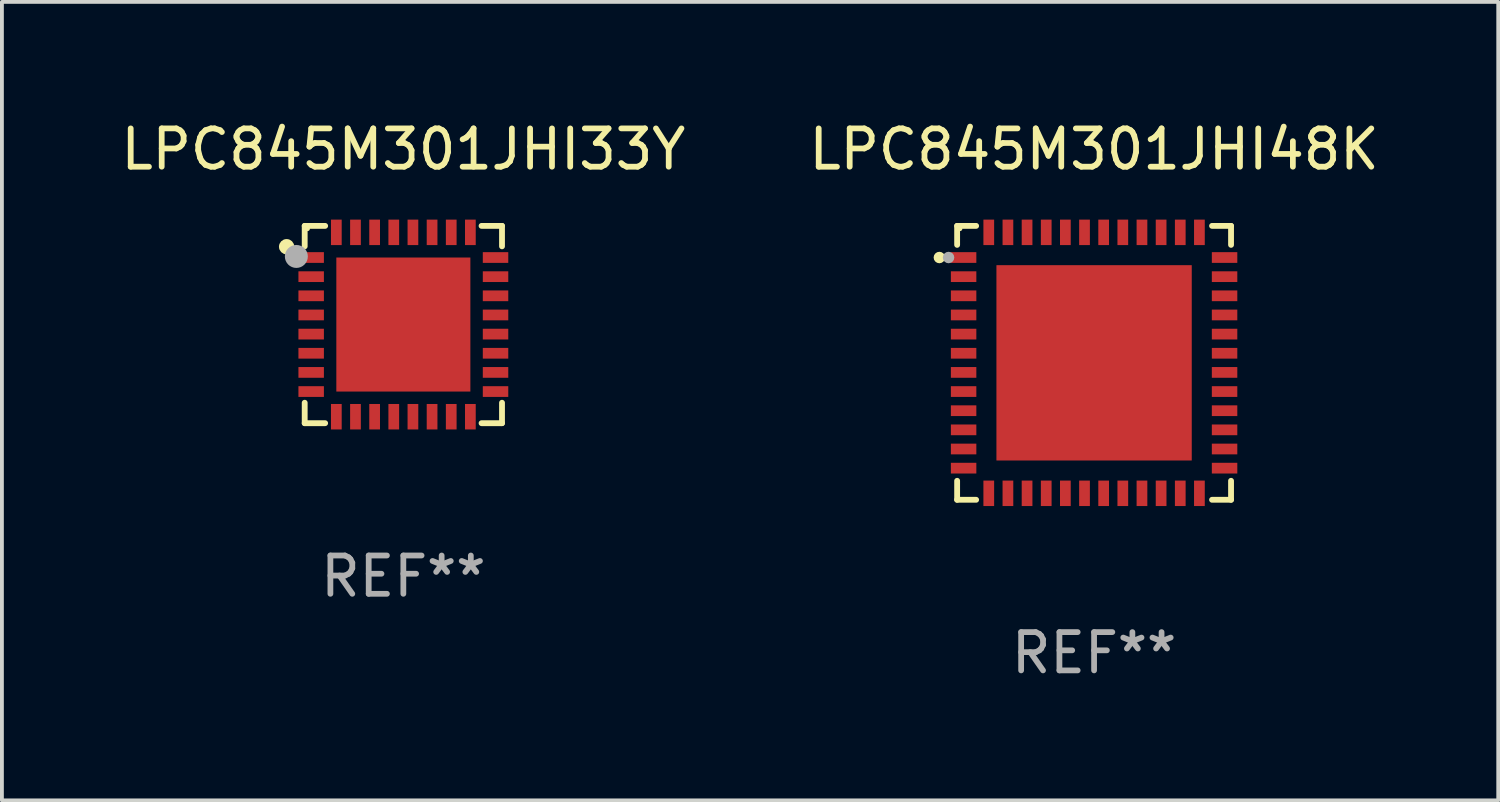
<source format=kicad_pcb>
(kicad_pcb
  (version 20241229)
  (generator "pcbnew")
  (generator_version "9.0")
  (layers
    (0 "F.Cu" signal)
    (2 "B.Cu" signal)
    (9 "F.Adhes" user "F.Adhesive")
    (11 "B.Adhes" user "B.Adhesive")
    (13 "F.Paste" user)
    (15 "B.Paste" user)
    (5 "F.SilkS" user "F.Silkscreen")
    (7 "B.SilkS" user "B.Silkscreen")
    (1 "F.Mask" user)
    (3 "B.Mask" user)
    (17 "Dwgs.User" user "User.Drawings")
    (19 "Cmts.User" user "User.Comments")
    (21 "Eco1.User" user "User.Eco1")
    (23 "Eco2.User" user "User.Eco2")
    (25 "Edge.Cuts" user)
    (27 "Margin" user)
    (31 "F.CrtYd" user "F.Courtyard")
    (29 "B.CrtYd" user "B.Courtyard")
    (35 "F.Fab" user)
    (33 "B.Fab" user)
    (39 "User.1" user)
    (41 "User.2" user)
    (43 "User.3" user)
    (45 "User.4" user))
  (footprint "LPC845M301JHI33Y"
    (layer "F.Cu")
    (at 7.482 5.424)
    (property "Reference" "LPC845M301JHI33Y" (at 0 -4.576 0) (layer "F.SilkS") (effects (font (size 1 1) (thickness 0.15))))
    (attr through_hole)
    (fp_line (start -2.576 -2.576) (end -2.042 -2.576) (stroke (width 0.152) (type solid)) (layer "F.SilkS"))
    (fp_line (start -2.576 -2.042) (end -2.576 -2.576) (stroke (width 0.152) (type solid)) (layer "F.SilkS"))
    (fp_line (start -2.576 2.042) (end -2.576 2.576) (stroke (width 0.152) (type solid)) (layer "F.SilkS"))
    (fp_line (start -2.576 2.576) (end -2.042 2.576) (stroke (width 0.152) (type solid)) (layer "F.SilkS"))
    (fp_line (start 2.576 -2.576) (end 2.042 -2.576) (stroke (width 0.152) (type solid)) (layer "F.SilkS"))
    (fp_line (start 2.576 -2.042) (end 2.576 -2.576) (stroke (width 0.152) (type solid)) (layer "F.SilkS"))
    (fp_line (start 2.576 2.042) (end 2.576 2.576) (stroke (width 0.152) (type solid)) (layer "F.SilkS"))
    (fp_line (start 2.576 2.576) (end 2.042 2.576) (stroke (width 0.152) (type solid)) (layer "F.SilkS"))
    (fp_circle (center -3.048 -2.032) (end -2.948 -2.032) (stroke (width 0.2) (type solid)) (fill no) (layer "F.SilkS"))
    (fp_circle (center -2.5 -2.5) (end -2.47 -2.5) (stroke (width 0.06) (type solid)) (fill no) (layer "F.SilkS"))
    (fp_circle (center -2.794 -1.778) (end -2.644 -1.778) (stroke (width 0.3) (type solid)) (fill no) (layer "F.Fab"))
    (fp_text user "REF**" (at 0 6.576 0) (layer "F.Fab") (effects (font (size 1 1) (thickness 0.15))))
    (pad "1" smd rect (at -2.407 -1.75) (size 0.665 0.28) (layers "F.Cu" "F.Mask" "F.Paste"))
    (pad "2" smd rect (at -2.407 -1.25) (size 0.665 0.28) (layers "F.Cu" "F.Mask" "F.Paste"))
    (pad "3" smd rect (at -2.407 -0.75) (size 0.665 0.28) (layers "F.Cu" "F.Mask" "F.Paste"))
    (pad "4" smd rect (at -2.407 -0.25) (size 0.665 0.28) (layers "F.Cu" "F.Mask" "F.Paste"))
    (pad "5" smd rect (at -2.407 0.25) (size 0.665 0.28) (layers "F.Cu" "F.Mask" "F.Paste"))
    (pad "6" smd rect (at -2.407 0.75) (size 0.665 0.28) (layers "F.Cu" "F.Mask" "F.Paste"))
    (pad "7" smd rect (at -2.407 1.25) (size 0.665 0.28) (layers "F.Cu" "F.Mask" "F.Paste"))
    (pad "8" smd rect (at -2.407 1.75) (size 0.665 0.28) (layers "F.Cu" "F.Mask" "F.Paste"))
    (pad "9" smd rect (at -1.75 2.407) (size 0.28 0.665) (layers "F.Cu" "F.Mask" "F.Paste"))
    (pad "10" smd rect (at -1.25 2.407) (size 0.28 0.665) (layers "F.Cu" "F.Mask" "F.Paste"))
    (pad "11" smd rect (at -0.75 2.407) (size 0.28 0.665) (layers "F.Cu" "F.Mask" "F.Paste"))
    (pad "12" smd rect (at -0.25 2.407) (size 0.28 0.665) (layers "F.Cu" "F.Mask" "F.Paste"))
    (pad "13" smd rect (at 0.25 2.407) (size 0.28 0.665) (layers "F.Cu" "F.Mask" "F.Paste"))
    (pad "14" smd rect (at 0.75 2.407) (size 0.28 0.665) (layers "F.Cu" "F.Mask" "F.Paste"))
    (pad "15" smd rect (at 1.25 2.407) (size 0.28 0.665) (layers "F.Cu" "F.Mask" "F.Paste"))
    (pad "16" smd rect (at 1.75 2.407) (size 0.28 0.665) (layers "F.Cu" "F.Mask" "F.Paste"))
    (pad "17" smd rect (at 2.407 1.75) (size 0.665 0.28) (layers "F.Cu" "F.Mask" "F.Paste"))
    (pad "18" smd rect (at 2.407 1.25) (size 0.665 0.28) (layers "F.Cu" "F.Mask" "F.Paste"))
    (pad "19" smd rect (at 2.407 0.75) (size 0.665 0.28) (layers "F.Cu" "F.Mask" "F.Paste"))
    (pad "20" smd rect (at 2.407 0.25) (size 0.665 0.28) (layers "F.Cu" "F.Mask" "F.Paste"))
    (pad "21" smd rect (at 2.407 -0.25) (size 0.665 0.28) (layers "F.Cu" "F.Mask" "F.Paste"))
    (pad "22" smd rect (at 2.407 -0.75) (size 0.665 0.28) (layers "F.Cu" "F.Mask" "F.Paste"))
    (pad "23" smd rect (at 2.407 -1.25) (size 0.665 0.28) (layers "F.Cu" "F.Mask" "F.Paste"))
    (pad "24" smd rect (at 2.407 -1.75) (size 0.665 0.28) (layers "F.Cu" "F.Mask" "F.Paste"))
    (pad "25" smd rect (at 1.75 -2.407) (size 0.28 0.665) (layers "F.Cu" "F.Mask" "F.Paste"))
    (pad "26" smd rect (at 1.25 -2.407) (size 0.28 0.665) (layers "F.Cu" "F.Mask" "F.Paste"))
    (pad "27" smd rect (at 0.75 -2.407) (size 0.28 0.665) (layers "F.Cu" "F.Mask" "F.Paste"))
    (pad "28" smd rect (at 0.25 -2.407) (size 0.28 0.665) (layers "F.Cu" "F.Mask" "F.Paste"))
    (pad "29" smd rect (at -0.25 -2.407) (size 0.28 0.665) (layers "F.Cu" "F.Mask" "F.Paste"))
    (pad "30" smd rect (at -0.75 -2.407) (size 0.28 0.665) (layers "F.Cu" "F.Mask" "F.Paste"))
    (pad "31" smd rect (at -1.25 -2.407) (size 0.28 0.665) (layers "F.Cu" "F.Mask" "F.Paste"))
    (pad "32" smd rect (at -1.75 -2.407) (size 0.28 0.665) (layers "F.Cu" "F.Mask" "F.Paste"))
    (pad "33" smd rect (at 0 0) (size 3.5 3.5) (layers "F.Cu" "F.Mask" "F.Paste")))
  (footprint "LPC845M301JHI48K"
    (layer "F.Cu")
    (at 25.518 6.424)
    (property "Reference" "LPC845M301JHI48K" (at 0 -5.576 0) (layer "F.SilkS") (effects (font (size 1 1) (thickness 0.15))))
    (attr through_hole)
    (fp_line (start -3.576 -3.576) (end -3.576 -3.08) (stroke (width 0.152) (type solid)) (layer "F.SilkS"))
    (fp_line (start -3.576 3.576) (end -3.576 3.08) (stroke (width 0.152) (type solid)) (layer "F.SilkS"))
    (fp_line (start -3.08 -3.576) (end -3.576 -3.576) (stroke (width 0.152) (type solid)) (layer "F.SilkS"))
    (fp_line (start -3.08 3.576) (end -3.576 3.576) (stroke (width 0.152) (type solid)) (layer "F.SilkS"))
    (fp_line (start 3.08 -3.576) (end 3.576 -3.576) (stroke (width 0.152) (type solid)) (layer "F.SilkS"))
    (fp_line (start 3.08 3.576) (end 3.576 3.576) (stroke (width 0.152) (type solid)) (layer "F.SilkS"))
    (fp_line (start 3.576 -3.576) (end 3.576 -3.08) (stroke (width 0.152) (type solid)) (layer "F.SilkS"))
    (fp_line (start 3.576 3.576) (end 3.576 3.08) (stroke (width 0.152) (type solid)) (layer "F.SilkS"))
    (fp_circle (center -4.04 -2.75) (end -3.965 -2.75) (stroke (width 0.15) (type solid)) (fill no) (layer "F.SilkS"))
    (fp_circle (center -3.5 -3.5) (end -3.47 -3.5) (stroke (width 0.06) (type solid)) (fill no) (layer "F.SilkS"))
    (fp_circle (center -3.8 -2.75) (end -3.725 -2.75) (stroke (width 0.15) (type solid)) (fill no) (layer "F.Fab"))
    (fp_text user "REF**" (at 0 7.576 0) (layer "F.Fab") (effects (font (size 1 1) (thickness 0.15))))
    (pad "1" smd rect (at -3.407 -2.75) (size 0.665 0.28) (layers "F.Cu" "F.Mask" "F.Paste"))
    (pad "2" smd rect (at -3.407 -2.25) (size 0.665 0.28) (layers "F.Cu" "F.Mask" "F.Paste"))
    (pad "3" smd rect (at -3.407 -1.75) (size 0.665 0.28) (layers "F.Cu" "F.Mask" "F.Paste"))
    (pad "4" smd rect (at -3.407 -1.25) (size 0.665 0.28) (layers "F.Cu" "F.Mask" "F.Paste"))
    (pad "5" smd rect (at -3.407 -0.75) (size 0.665 0.28) (layers "F.Cu" "F.Mask" "F.Paste"))
    (pad "6" smd rect (at -3.407 -0.25) (size 0.665 0.28) (layers "F.Cu" "F.Mask" "F.Paste"))
    (pad "7" smd rect (at -3.407 0.25) (size 0.665 0.28) (layers "F.Cu" "F.Mask" "F.Paste"))
    (pad "8" smd rect (at -3.407 0.75) (size 0.665 0.28) (layers "F.Cu" "F.Mask" "F.Paste"))
    (pad "9" smd rect (at -3.407 1.25) (size 0.665 0.28) (layers "F.Cu" "F.Mask" "F.Paste"))
    (pad "10" smd rect (at -3.407 1.75) (size 0.665 0.28) (layers "F.Cu" "F.Mask" "F.Paste"))
    (pad "11" smd rect (at -3.407 2.25) (size 0.665 0.28) (layers "F.Cu" "F.Mask" "F.Paste"))
    (pad "12" smd rect (at -3.407 2.75) (size 0.665 0.28) (layers "F.Cu" "F.Mask" "F.Paste"))
    (pad "13" smd rect (at -2.75 3.407) (size 0.28 0.665) (layers "F.Cu" "F.Mask" "F.Paste"))
    (pad "14" smd rect (at -2.25 3.407) (size 0.28 0.665) (layers "F.Cu" "F.Mask" "F.Paste"))
    (pad "15" smd rect (at -1.75 3.407) (size 0.28 0.665) (layers "F.Cu" "F.Mask" "F.Paste"))
    (pad "16" smd rect (at -1.25 3.407) (size 0.28 0.665) (layers "F.Cu" "F.Mask" "F.Paste"))
    (pad "17" smd rect (at -0.75 3.407) (size 0.28 0.665) (layers "F.Cu" "F.Mask" "F.Paste"))
    (pad "18" smd rect (at -0.25 3.407) (size 0.28 0.665) (layers "F.Cu" "F.Mask" "F.Paste"))
    (pad "19" smd rect (at 0.25 3.407) (size 0.28 0.665) (layers "F.Cu" "F.Mask" "F.Paste"))
    (pad "20" smd rect (at 0.75 3.407) (size 0.28 0.665) (layers "F.Cu" "F.Mask" "F.Paste"))
    (pad "21" smd rect (at 1.25 3.407) (size 0.28 0.665) (layers "F.Cu" "F.Mask" "F.Paste"))
    (pad "22" smd rect (at 1.75 3.407) (size 0.28 0.665) (layers "F.Cu" "F.Mask" "F.Paste"))
    (pad "23" smd rect (at 2.25 3.407) (size 0.28 0.665) (layers "F.Cu" "F.Mask" "F.Paste"))
    (pad "24" smd rect (at 2.75 3.407) (size 0.28 0.665) (layers "F.Cu" "F.Mask" "F.Paste"))
    (pad "25" smd rect (at 3.407 2.75) (size 0.665 0.28) (layers "F.Cu" "F.Mask" "F.Paste"))
    (pad "26" smd rect (at 3.407 2.25) (size 0.665 0.28) (layers "F.Cu" "F.Mask" "F.Paste"))
    (pad "27" smd rect (at 3.407 1.75) (size 0.665 0.28) (layers "F.Cu" "F.Mask" "F.Paste"))
    (pad "28" smd rect (at 3.407 1.25) (size 0.665 0.28) (layers "F.Cu" "F.Mask" "F.Paste"))
    (pad "29" smd rect (at 3.407 0.75) (size 0.665 0.28) (layers "F.Cu" "F.Mask" "F.Paste"))
    (pad "30" smd rect (at 3.407 0.25) (size 0.665 0.28) (layers "F.Cu" "F.Mask" "F.Paste"))
    (pad "31" smd rect (at 3.407 -0.25) (size 0.665 0.28) (layers "F.Cu" "F.Mask" "F.Paste"))
    (pad "32" smd rect (at 3.407 -0.75) (size 0.665 0.28) (layers "F.Cu" "F.Mask" "F.Paste"))
    (pad "33" smd rect (at 3.407 -1.25) (size 0.665 0.28) (layers "F.Cu" "F.Mask" "F.Paste"))
    (pad "34" smd rect (at 3.407 -1.75) (size 0.665 0.28) (layers "F.Cu" "F.Mask" "F.Paste"))
    (pad "35" smd rect (at 3.407 -2.25) (size 0.665 0.28) (layers "F.Cu" "F.Mask" "F.Paste"))
    (pad "36" smd rect (at 3.407 -2.75) (size 0.665 0.28) (layers "F.Cu" "F.Mask" "F.Paste"))
    (pad "37" smd rect (at 2.75 -3.407) (size 0.28 0.665) (layers "F.Cu" "F.Mask" "F.Paste"))
    (pad "38" smd rect (at 2.25 -3.407) (size 0.28 0.665) (layers "F.Cu" "F.Mask" "F.Paste"))
    (pad "39" smd rect (at 1.75 -3.407) (size 0.28 0.665) (layers "F.Cu" "F.Mask" "F.Paste"))
    (pad "40" smd rect (at 1.25 -3.407) (size 0.28 0.665) (layers "F.Cu" "F.Mask" "F.Paste"))
    (pad "41" smd rect (at 0.75 -3.407) (size 0.28 0.665) (layers "F.Cu" "F.Mask" "F.Paste"))
    (pad "42" smd rect (at 0.25 -3.407) (size 0.28 0.665) (layers "F.Cu" "F.Mask" "F.Paste"))
    (pad "43" smd rect (at -0.25 -3.407) (size 0.28 0.665) (layers "F.Cu" "F.Mask" "F.Paste"))
    (pad "44" smd rect (at -0.75 -3.407) (size 0.28 0.665) (layers "F.Cu" "F.Mask" "F.Paste"))
    (pad "45" smd rect (at -1.25 -3.407) (size 0.28 0.665) (layers "F.Cu" "F.Mask" "F.Paste"))
    (pad "46" smd rect (at -1.75 -3.407) (size 0.28 0.665) (layers "F.Cu" "F.Mask" "F.Paste"))
    (pad "47" smd rect (at -2.25 -3.407) (size 0.28 0.665) (layers "F.Cu" "F.Mask" "F.Paste"))
    (pad "48" smd rect (at -2.75 -3.407) (size 0.28 0.665) (layers "F.Cu" "F.Mask" "F.Paste"))
    (pad "49" smd rect (at 0 0) (size 5.1 5.1) (layers "F.Cu" "F.Mask" "F.Paste")))
  (gr_rect
    (start -3 -3)
    (end 36.071 17.849)
    (stroke (width 0.1) (type default))
    (fill no)
    (layer "Edge.Cuts")))
</source>
